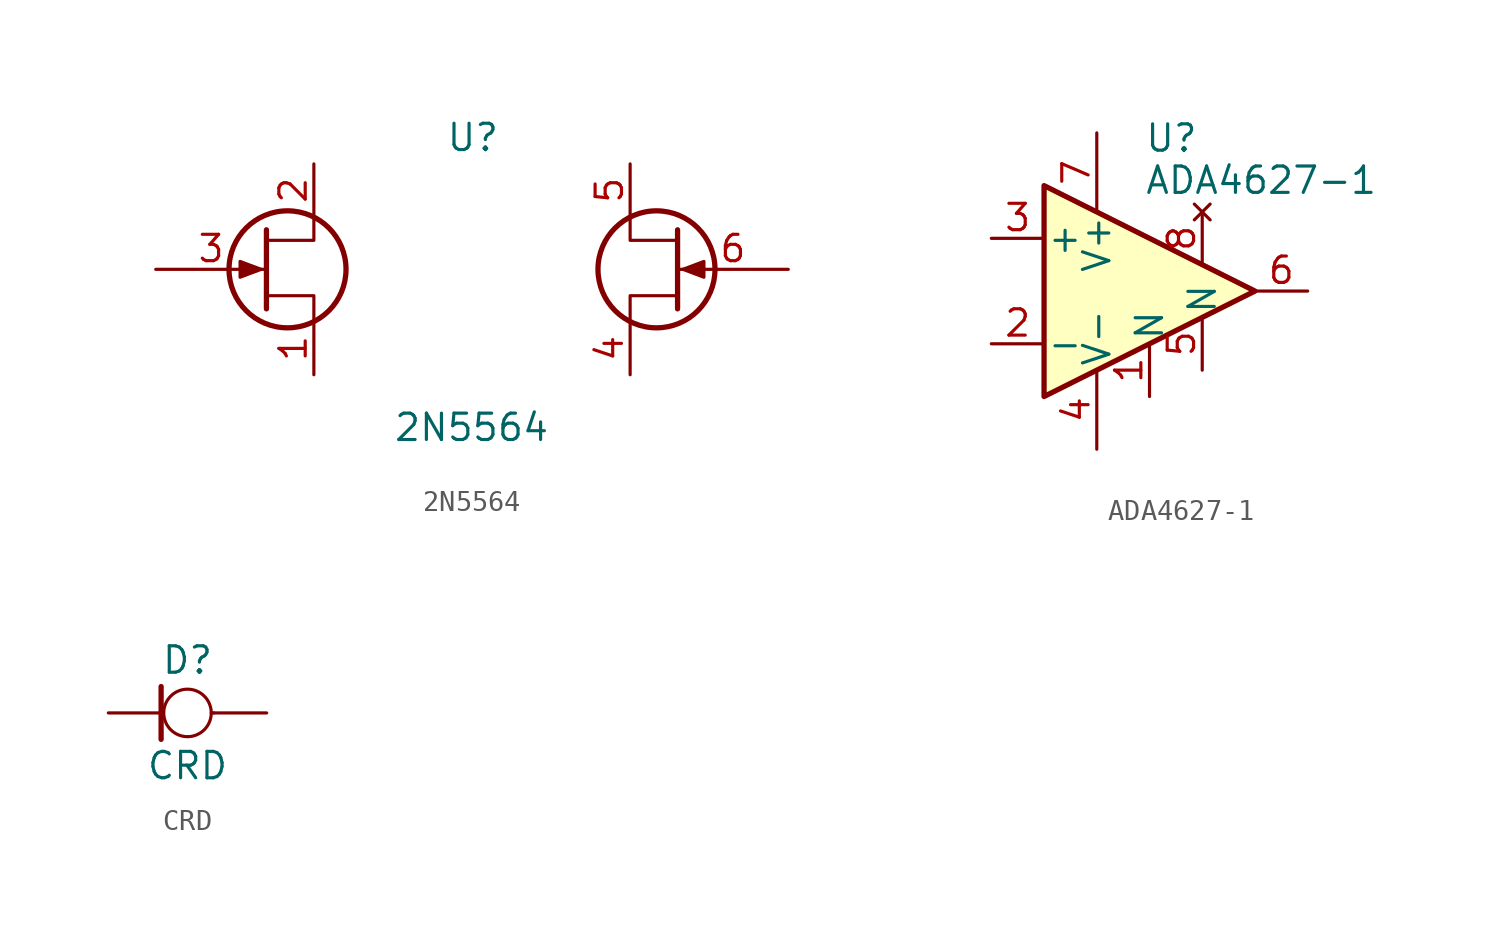
<source format=kicad_sym>
(kicad_symbol_lib
  (version 20241209)
  (generator "kicad_symbol_editor")
  (generator_version "9.0")
  (symbol "2N5564"
    (pin_names
      (offset 0)
      (hide yes))
    (property "Reference" "U"
      (at -1.27 6.35 0)
      (effects (font (size 1.27 1.27)) (justify left)))
    (property "Value" "2N5564"
      (at -3.81 -7.62 0)
      (effects (font (size 1.27 1.27)) (justify left)))
    (symbol "2N5564_0_1"
      (polyline (pts (xy -10.16 0) (xy -11.176 0.381) (xy -11.176 -0.381) (xy -10.16 0)) (stroke (width 0) (type solid)) (fill (type outline)))
      (polyline (pts (xy -9.906 1.905) (xy -9.906 -1.905) (xy -9.906 -1.905)) (stroke (width 0.254) (type solid)) (fill (type none)))
      (circle (center -8.89 0) (radius 2.819) (stroke (width 0.254) (type solid)) (fill (type none)))
      (polyline (pts (xy -7.62 2.54) (xy -7.62 1.397) (xy -9.906 1.397)) (stroke (width 0) (type solid)) (fill (type none)))
      (polyline (pts (xy -7.62 -2.54) (xy -7.62 -1.27) (xy -9.906 -1.27)) (stroke (width 0) (type solid)) (fill (type none))))
    (symbol "2N5564_1_1"
      (polyline (pts (xy 7.62 2.54) (xy 7.62 1.397) (xy 9.906 1.397)) (stroke (width 0) (type solid)) (fill (type none)))
      (polyline (pts (xy 7.62 -2.54) (xy 7.62 -1.27) (xy 9.906 -1.27)) (stroke (width 0) (type solid)) (fill (type none)))
      (circle (center 8.89 0) (radius 2.819) (stroke (width 0.254) (type solid)) (fill (type none)))
      (polyline (pts (xy 9.906 1.905) (xy 9.906 -1.905) (xy 9.906 -1.905)) (stroke (width 0.254) (type solid)) (fill (type none)))
      (polyline (pts (xy 10.16 0) (xy 11.176 0.381) (xy 11.176 -0.381) (xy 10.16 0)) (stroke (width 0) (type solid)) (fill (type outline)))
      (pin input line (at -15.24 0 0) (length 5.334) (name "1G" (effects (font (size 1.27 1.27)))) (number "3" (effects (font (size 1.27 1.27)))))
      (pin passive line (at -7.62 5.08 270) (length 2.54) (name "1D" (effects (font (size 1.27 1.27)))) (number "2" (effects (font (size 1.27 1.27)))))
      (pin passive line (at -7.62 -5.08 90) (length 2.54) (name "1S" (effects (font (size 1.27 1.27)))) (number "1" (effects (font (size 1.27 1.27)))))
      (pin passive line (at 7.62 5.08 270) (length 2.54) (name "2D" (effects (font (size 1.27 1.27)))) (number "5" (effects (font (size 1.27 1.27)))))
      (pin passive line (at 7.62 -5.08 90) (length 2.54) (name "2S" (effects (font (size 1.27 1.27)))) (number "4" (effects (font (size 1.27 1.27)))))
      (pin input line (at 15.24 0 180) (length 5.334) (name "2G" (effects (font (size 1.27 1.27)))) (number "6" (effects (font (size 1.27 1.27)))))))
  (symbol "ADA4627-1"
    (pin_names
      (offset 0.127))
    (property "Reference" "U"
      (at -0.254 7.366 0)
      (effects (font (size 1.27 1.27)) (justify left)))
    (property "Value" "ADA4627-1"
      (at -0.254 5.334 0)
      (effects (font (size 1.27 1.27)) (justify left)))
    (symbol "ADA4627-1_0_1"
      (polyline (pts (xy -5.08 5.08) (xy 5.08 0) (xy -5.08 -5.08) (xy -5.08 5.08)) (stroke (width 0.254) (type solid)) (fill (type background))))
    (symbol "ADA4627-1_1_1"
      (pin input line (at -7.62 2.54 0) (length 2.54) (name "+" (effects (font (size 1.27 1.27)))) (number "3" (effects (font (size 1.27 1.27)))))
      (pin input line (at -7.62 -2.54 0) (length 2.54) (name "-" (effects (font (size 1.27 1.27)))) (number "2" (effects (font (size 1.27 1.27)))))
      (pin power_in line (at -2.54 7.62 270) (length 3.81) (name "V+" (effects (font (size 1.27 1.27)))) (number "7" (effects (font (size 1.27 1.27)))))
      (pin power_in line (at -2.54 -7.62 90) (length 3.81) (name "V-" (effects (font (size 1.27 1.27)))) (number "4" (effects (font (size 1.27 1.27)))))
      (pin unspecified line (at 0 -5.08 90) (length 2.54) (name "N" (effects (font (size 1.27 1.27)))) (number "1" (effects (font (size 1.27 1.27)))))
      (pin no_connect line (at 2.54 3.81 270) (length 2.54) (name "" (effects (font (size 1.27 1.27)))) (number "8" (effects (font (size 1.27 1.27)))))
      (pin unspecified line (at 2.54 -3.81 90) (length 2.54) (name "N" (effects (font (size 1.27 1.27)))) (number "5" (effects (font (size 1.27 1.27)))))
      (pin output line (at 7.62 0 180) (length 2.54) (name "~" (effects (font (size 1.27 1.27)))) (number "6" (effects (font (size 1.27 1.27)))))))
  (symbol "CRD"
    (pin_numbers
      (hide yes))
    (pin_names
      (offset 1.016)
      (hide yes))
    (property "Reference" "D"
      (at 0 2.54 0)
      (effects (font (size 1.27 1.27))))
    (property "Value" "CRD"
      (at 0 -2.54 0)
      (effects (font (size 1.27 1.27))))
    (symbol "CRD_0_1"
      (polyline (pts (xy -1.27 1.27) (xy -1.27 -1.27)) (stroke (width 0.254) (type solid)) (fill (type none)))
      (circle (center 0 0) (radius 1.143) (stroke (width 0) (type solid)) (fill (type none)))
      (polyline (pts (xy 1.143 0) (xy 1.27 0)) (stroke (width 0) (type solid)) (fill (type none))))
    (symbol "CRD_1_1"
      (pin passive line (at -3.81 0 0) (length 2.54) (name "K" (effects (font (size 1.27 1.27)))) (number "1" (effects (font (size 1.27 1.27)))))
      (pin passive line (at 3.81 0 180) (length 2.54) (name "A" (effects (font (size 1.27 1.27)))) (number "2" (effects (font (size 1.27 1.27))))))))
</source>
